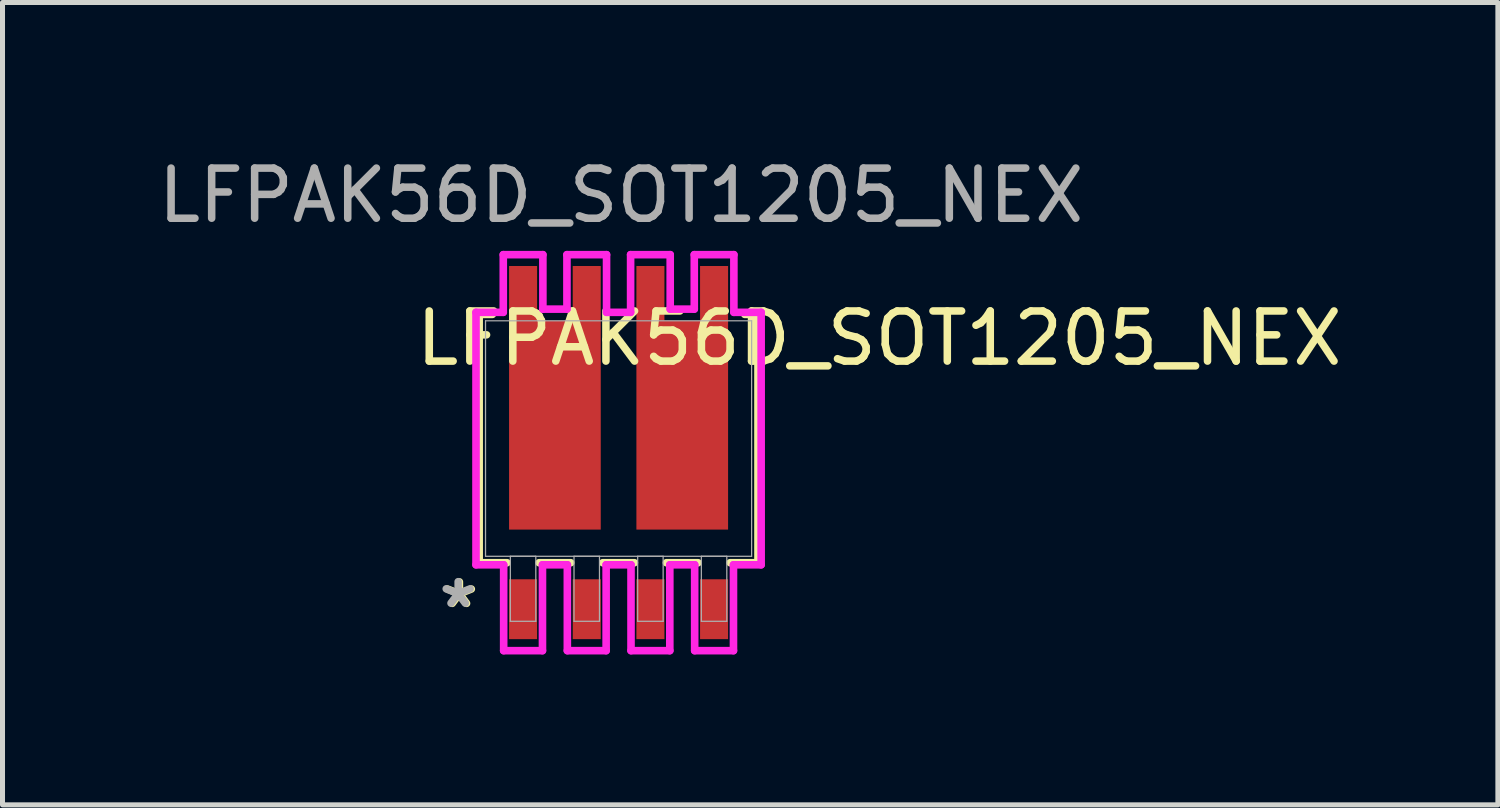
<source format=kicad_pcb>
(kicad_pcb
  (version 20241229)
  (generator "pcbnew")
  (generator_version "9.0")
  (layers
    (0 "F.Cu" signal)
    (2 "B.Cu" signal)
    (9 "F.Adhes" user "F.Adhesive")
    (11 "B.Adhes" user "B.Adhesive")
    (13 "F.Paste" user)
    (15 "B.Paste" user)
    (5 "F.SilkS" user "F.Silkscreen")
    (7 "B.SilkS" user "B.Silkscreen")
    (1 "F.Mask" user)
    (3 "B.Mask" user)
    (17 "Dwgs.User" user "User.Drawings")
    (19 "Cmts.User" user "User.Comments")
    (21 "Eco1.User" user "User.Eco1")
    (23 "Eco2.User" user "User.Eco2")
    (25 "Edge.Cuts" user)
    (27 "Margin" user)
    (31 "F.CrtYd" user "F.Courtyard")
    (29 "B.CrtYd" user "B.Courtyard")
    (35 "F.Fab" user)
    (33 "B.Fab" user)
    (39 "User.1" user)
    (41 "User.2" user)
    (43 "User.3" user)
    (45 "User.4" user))
  (footprint "LFPAK56D_SOT1205_NEX"
    (layer "F.Cu")
    (at 9.289 5.698)
    (property "Reference" "LFPAK56D_SOT1205_NEX" (at 5.2 -2 0) (unlocked yes) (layer "F.SilkS") (effects (font (size 1 1) (thickness 0.15))))
    (attr smd)
    (fp_poly (pts (xy -2.184 1.816) (xy -0.356 1.816) (xy -0.356 -2.349) (xy -2.184 -2.349)) (stroke (width 0) (type solid)) (fill yes) (layer "F.Mask"))
    (fp_poly (pts (xy 0.356 1.816) (xy 2.184 1.816) (xy 2.184 -2.349) (xy 0.356 -2.349)) (stroke (width 0) (type solid)) (fill yes) (layer "F.Mask"))
    (fp_line (start -2.781 -2.477) (end -2.781 2.477) (stroke (width 0.152) (type solid)) (layer "F.SilkS"))
    (fp_line (start -2.781 2.477) (end -2.225 2.477) (stroke (width 0.152) (type solid)) (layer "F.SilkS"))
    (fp_line (start -2.517 -2.477) (end -2.781 -2.477) (stroke (width 0.152) (type solid)) (layer "F.SilkS"))
    (fp_line (start -1.585 2.477) (end -0.955 2.477) (stroke (width 0.152) (type solid)) (layer "F.SilkS"))
    (fp_line (start -0.315 2.477) (end 0.315 2.477) (stroke (width 0.152) (type solid)) (layer "F.SilkS"))
    (fp_line (start 0.955 2.477) (end 1.585 2.477) (stroke (width 0.152) (type solid)) (layer "F.SilkS"))
    (fp_line (start 2.225 2.477) (end 2.781 2.477) (stroke (width 0.152) (type solid)) (layer "F.SilkS"))
    (fp_line (start 2.781 -2.477) (end 2.517 -2.477) (stroke (width 0.152) (type solid)) (layer "F.SilkS"))
    (fp_line (start 2.781 2.477) (end 2.781 -2.477) (stroke (width 0.152) (type solid)) (layer "F.SilkS"))
    (fp_poly (pts (xy -2.184 1.816) (xy -0.356 1.816) (xy -0.356 -2.349) (xy -2.184 -2.349)) (stroke (width 0) (type solid)) (fill yes) (layer "F.Paste"))
    (fp_poly (pts (xy 0.356 1.816) (xy 2.184 1.816) (xy 2.184 -2.349) (xy 0.356 -2.349)) (stroke (width 0) (type solid)) (fill yes) (layer "F.Paste"))
    (fp_line (start -2.844 -2.518) (end -2.844 2.518) (stroke (width 0.152) (type solid)) (layer "F.CrtYd"))
    (fp_line (start -2.844 2.518) (end -2.292 2.518) (stroke (width 0.152) (type solid)) (layer "F.CrtYd"))
    (fp_line (start -2.3 -3.668) (end -2.3 -2.518) (stroke (width 0.152) (type solid)) (layer "F.CrtYd"))
    (fp_line (start -2.3 -2.518) (end -2.844 -2.518) (stroke (width 0.152) (type solid)) (layer "F.CrtYd"))
    (fp_line (start -2.292 2.518) (end -2.292 4.231) (stroke (width 0.152) (type solid)) (layer "F.CrtYd"))
    (fp_line (start -2.292 4.231) (end -1.518 4.231) (stroke (width 0.152) (type solid)) (layer "F.CrtYd"))
    (fp_line (start -1.518 2.518) (end -1.022 2.518) (stroke (width 0.152) (type solid)) (layer "F.CrtYd"))
    (fp_line (start -1.518 4.231) (end -1.518 2.518) (stroke (width 0.152) (type solid)) (layer "F.CrtYd"))
    (fp_line (start -1.51 -3.668) (end -2.3 -3.668) (stroke (width 0.152) (type solid)) (layer "F.CrtYd"))
    (fp_line (start -1.51 -2.582) (end -1.51 -3.668) (stroke (width 0.152) (type solid)) (layer "F.CrtYd"))
    (fp_line (start -1.03 -3.668) (end -1.03 -2.582) (stroke (width 0.152) (type solid)) (layer "F.CrtYd"))
    (fp_line (start -1.03 -2.582) (end -1.51 -2.582) (stroke (width 0.152) (type solid)) (layer "F.CrtYd"))
    (fp_line (start -1.022 2.518) (end -1.022 4.231) (stroke (width 0.152) (type solid)) (layer "F.CrtYd"))
    (fp_line (start -1.022 4.231) (end -0.248 4.231) (stroke (width 0.152) (type solid)) (layer "F.CrtYd"))
    (fp_line (start -0.248 2.518) (end 0.248 2.518) (stroke (width 0.152) (type solid)) (layer "F.CrtYd"))
    (fp_line (start -0.248 4.231) (end -0.248 2.518) (stroke (width 0.152) (type solid)) (layer "F.CrtYd"))
    (fp_line (start -0.24 -3.668) (end -1.03 -3.668) (stroke (width 0.152) (type solid)) (layer "F.CrtYd"))
    (fp_line (start -0.24 -2.518) (end -0.24 -3.668) (stroke (width 0.152) (type solid)) (layer "F.CrtYd"))
    (fp_line (start 0.24 -3.668) (end 0.24 -2.518) (stroke (width 0.152) (type solid)) (layer "F.CrtYd"))
    (fp_line (start 0.24 -2.518) (end -0.24 -2.518) (stroke (width 0.152) (type solid)) (layer "F.CrtYd"))
    (fp_line (start 0.248 2.518) (end 0.248 4.231) (stroke (width 0.152) (type solid)) (layer "F.CrtYd"))
    (fp_line (start 0.248 4.231) (end 1.022 4.231) (stroke (width 0.152) (type solid)) (layer "F.CrtYd"))
    (fp_line (start 1.022 2.518) (end 1.518 2.518) (stroke (width 0.152) (type solid)) (layer "F.CrtYd"))
    (fp_line (start 1.022 4.231) (end 1.022 2.518) (stroke (width 0.152) (type solid)) (layer "F.CrtYd"))
    (fp_line (start 1.03 -3.668) (end 0.24 -3.668) (stroke (width 0.152) (type solid)) (layer "F.CrtYd"))
    (fp_line (start 1.03 -2.582) (end 1.03 -3.668) (stroke (width 0.152) (type solid)) (layer "F.CrtYd"))
    (fp_line (start 1.51 -3.668) (end 1.51 -2.582) (stroke (width 0.152) (type solid)) (layer "F.CrtYd"))
    (fp_line (start 1.51 -2.582) (end 1.03 -2.582) (stroke (width 0.152) (type solid)) (layer "F.CrtYd"))
    (fp_line (start 1.518 2.518) (end 1.518 4.231) (stroke (width 0.152) (type solid)) (layer "F.CrtYd"))
    (fp_line (start 1.518 4.231) (end 2.292 4.231) (stroke (width 0.152) (type solid)) (layer "F.CrtYd"))
    (fp_line (start 2.292 2.518) (end 2.844 2.518) (stroke (width 0.152) (type solid)) (layer "F.CrtYd"))
    (fp_line (start 2.292 4.231) (end 2.292 2.518) (stroke (width 0.152) (type solid)) (layer "F.CrtYd"))
    (fp_line (start 2.3 -3.668) (end 1.51 -3.668) (stroke (width 0.152) (type solid)) (layer "F.CrtYd"))
    (fp_line (start 2.3 -2.518) (end 2.3 -3.668) (stroke (width 0.152) (type solid)) (layer "F.CrtYd"))
    (fp_line (start 2.844 2.518) (end 2.844 -2.518) (stroke (width 0.152) (type solid)) (layer "F.CrtYd"))
    (fp_line (start 2.844 -2.518) (end 2.3 -2.518) (stroke (width 0.152) (type solid)) (layer "F.CrtYd"))
    (fp_line (start -2.654 -2.349) (end -2.654 2.349) (stroke (width 0.025) (type solid)) (layer "F.Fab"))
    (fp_line (start -2.654 2.349) (end 2.654 2.349) (stroke (width 0.025) (type solid)) (layer "F.Fab"))
    (fp_line (start -2.159 2.349) (end -2.159 3.645) (stroke (width 0.025) (type solid)) (layer "F.Fab"))
    (fp_line (start -2.159 3.645) (end -1.651 3.645) (stroke (width 0.025) (type solid)) (layer "F.Fab"))
    (fp_line (start -1.651 2.349) (end -2.159 2.349) (stroke (width 0.025) (type solid)) (layer "F.Fab"))
    (fp_line (start -1.651 3.645) (end -1.651 2.349) (stroke (width 0.025) (type solid)) (layer "F.Fab"))
    (fp_line (start -0.889 2.349) (end -0.889 3.645) (stroke (width 0.025) (type solid)) (layer "F.Fab"))
    (fp_line (start -0.889 3.645) (end -0.381 3.645) (stroke (width 0.025) (type solid)) (layer "F.Fab"))
    (fp_line (start -0.381 2.349) (end -0.889 2.349) (stroke (width 0.025) (type solid)) (layer "F.Fab"))
    (fp_line (start -0.381 3.645) (end -0.381 2.349) (stroke (width 0.025) (type solid)) (layer "F.Fab"))
    (fp_line (start 0.381 2.349) (end 0.381 3.645) (stroke (width 0.025) (type solid)) (layer "F.Fab"))
    (fp_line (start 0.381 3.645) (end 0.889 3.645) (stroke (width 0.025) (type solid)) (layer "F.Fab"))
    (fp_line (start 0.889 2.349) (end 0.381 2.349) (stroke (width 0.025) (type solid)) (layer "F.Fab"))
    (fp_line (start 0.889 3.645) (end 0.889 2.349) (stroke (width 0.025) (type solid)) (layer "F.Fab"))
    (fp_line (start 1.651 2.349) (end 1.651 3.645) (stroke (width 0.025) (type solid)) (layer "F.Fab"))
    (fp_line (start 1.651 3.645) (end 2.159 3.645) (stroke (width 0.025) (type solid)) (layer "F.Fab"))
    (fp_line (start 2.159 2.349) (end 1.651 2.349) (stroke (width 0.025) (type solid)) (layer "F.Fab"))
    (fp_line (start 2.159 3.645) (end 2.159 2.349) (stroke (width 0.025) (type solid)) (layer "F.Fab"))
    (fp_line (start 2.654 -2.349) (end -2.654 -2.349) (stroke (width 0.025) (type solid)) (layer "F.Fab"))
    (fp_line (start 2.654 2.349) (end 2.654 -2.349) (stroke (width 0.025) (type solid)) (layer "F.Fab"))
    (fp_text user "*" (at -3.175 3.404 0) (layer "F.SilkS") (effects (font (size 1 1) (thickness 0.15))))
    (fp_text user "*" (at -3.2 3.4 0) (unlocked yes) (layer "F.Fab") (effects (font (size 1 1) (thickness 0.15))))
    (fp_text user "${REFERENCE}" (at 0.05 -4.85 0) (unlocked yes) (layer "F.Fab") (effects (font (size 1 1) (thickness 0.15))))
    (pad "1" smd rect (at -1.905 3.404) (size 0.559 1.194) (layers "F.Cu" "F.Mask" "F.Paste"))
    (pad "2" smd rect (at -0.635 3.404) (size 0.559 1.194) (layers "F.Cu" "F.Mask" "F.Paste"))
    (pad "3" smd rect (at 0.635 3.404) (size 0.559 1.194) (layers "F.Cu" "F.Mask" "F.Paste"))
    (pad "4" smd rect (at 1.905 3.404) (size 0.559 1.194) (layers "F.Cu" "F.Mask" "F.Paste"))
    (pad "5" smd rect (at 1.27 -0.267 90) (size 4.166 1.829) (layers "F.Cu" "F.Mask" "F.Paste"))
    (pad "5" smd rect (at 1.905 -2.896) (size 0.559 1.092) (layers "F.Cu" "F.Mask" "F.Paste"))
    (pad "6" smd rect (at 0.635 -2.896) (size 0.559 1.092) (layers "F.Cu" "F.Mask" "F.Paste"))
    (pad "7" smd rect (at -0.635 -2.896) (size 0.559 1.092) (layers "F.Cu" "F.Mask" "F.Paste"))
    (pad "8" smd rect (at -1.905 -2.896) (size 0.559 1.092) (layers "F.Cu" "F.Mask" "F.Paste"))
    (pad "8" smd rect (at -1.27 -0.267 90) (size 4.166 1.829) (layers "F.Cu" "F.Mask" "F.Paste")))
  (gr_rect
    (start -3 -3)
    (end 26.829 13.005)
    (stroke (width 0.1) (type default))
    (fill no)
    (layer "Edge.Cuts")))
</source>
